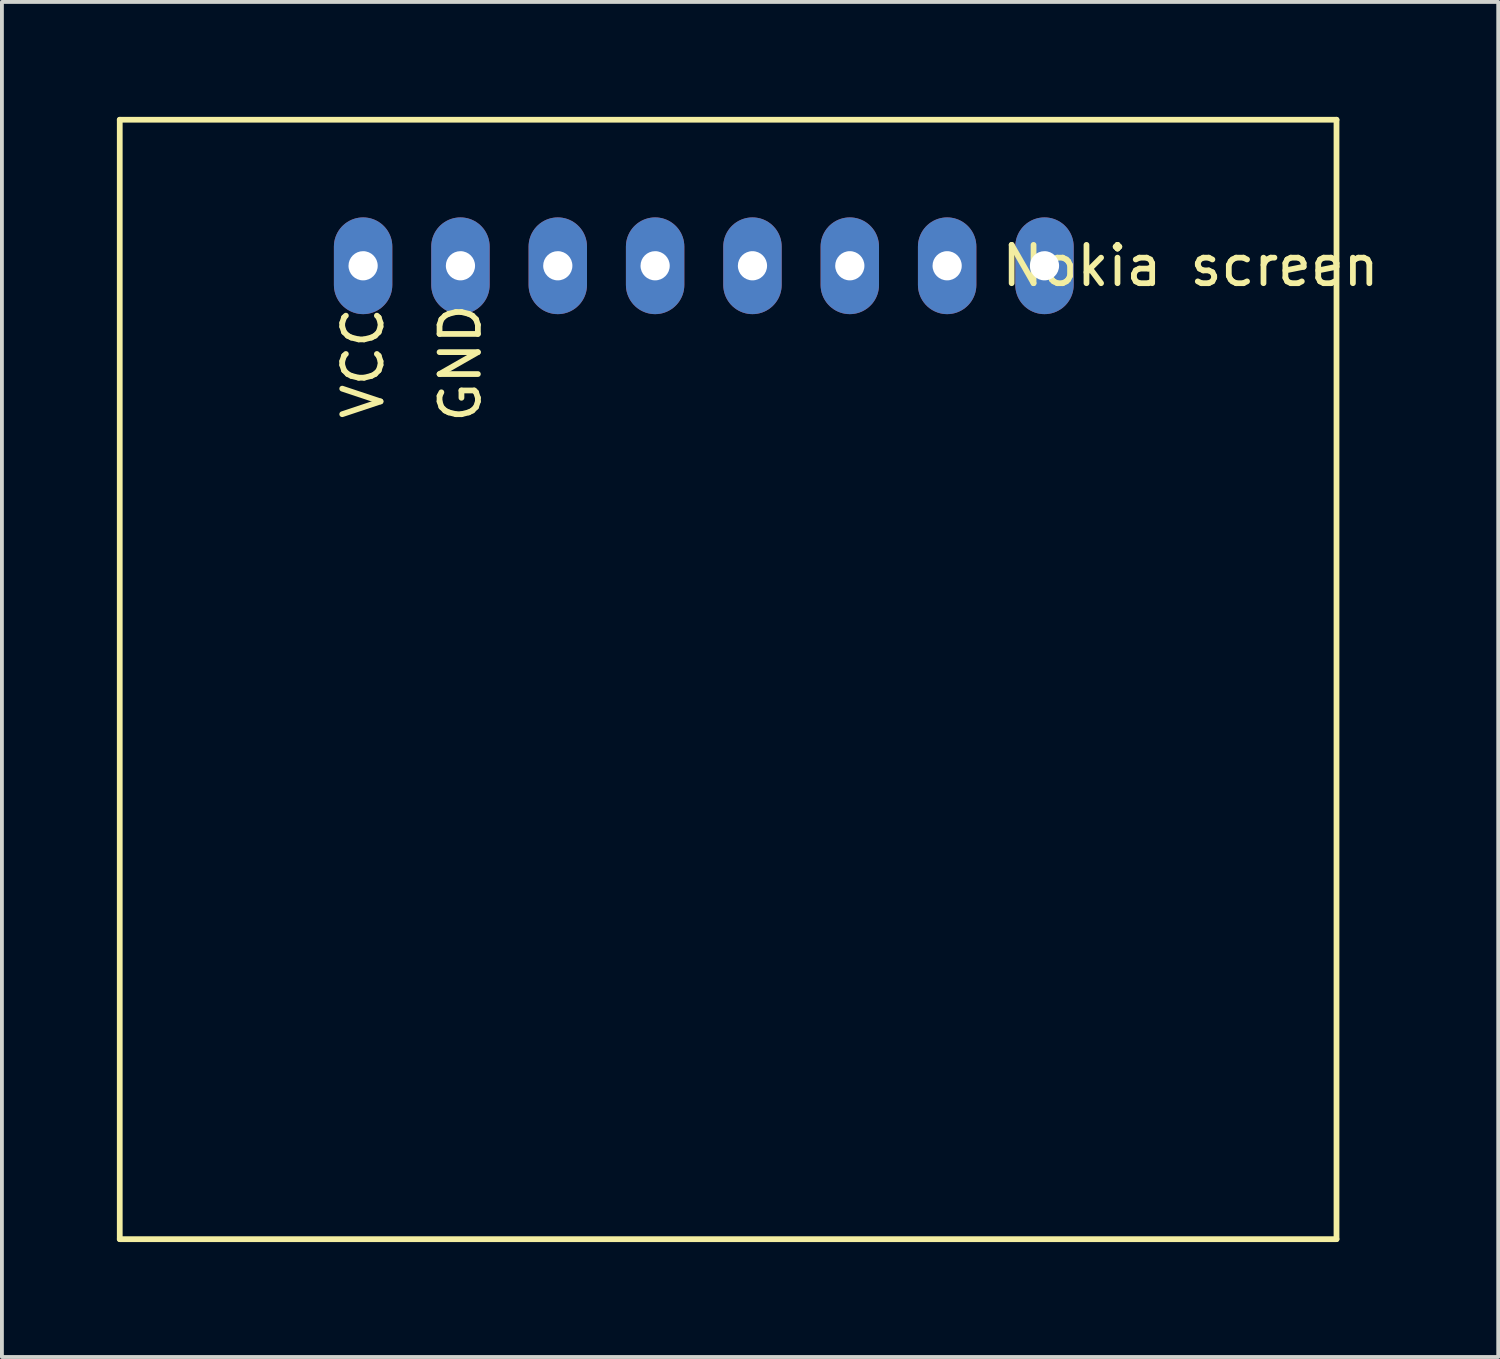
<source format=kicad_pcb>
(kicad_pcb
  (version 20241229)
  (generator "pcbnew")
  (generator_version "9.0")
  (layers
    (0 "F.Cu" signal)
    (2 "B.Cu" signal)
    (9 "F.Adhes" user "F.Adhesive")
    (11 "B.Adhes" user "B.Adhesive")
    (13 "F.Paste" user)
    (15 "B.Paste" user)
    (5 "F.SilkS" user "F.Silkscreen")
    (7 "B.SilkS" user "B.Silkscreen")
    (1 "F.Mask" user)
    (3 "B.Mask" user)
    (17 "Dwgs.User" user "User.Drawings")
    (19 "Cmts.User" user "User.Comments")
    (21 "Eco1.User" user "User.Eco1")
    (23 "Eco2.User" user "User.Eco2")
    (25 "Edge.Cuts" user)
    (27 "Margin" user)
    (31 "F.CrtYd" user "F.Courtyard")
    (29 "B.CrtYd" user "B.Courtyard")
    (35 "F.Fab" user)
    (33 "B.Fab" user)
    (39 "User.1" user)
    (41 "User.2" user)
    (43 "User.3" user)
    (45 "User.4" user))
  (footprint "Nokia screen"
    (layer "F.Cu")
    (at 11.505 8.965)
    (property "Reference" "Nokia screen" (at 16.51 -5.08 0) (layer "F.SilkS") (effects (font (size 1 1) (thickness 0.15))))
    (attr through_hole)
    (fp_line (start -11.43 -8.89) (end 20.32 -8.89) (stroke (width 0.15) (type solid)) (layer "F.SilkS"))
    (fp_line (start -11.43 20.32) (end -11.43 -8.89) (stroke (width 0.15) (type solid)) (layer "F.SilkS"))
    (fp_line (start 20.32 -8.89) (end 20.32 20.32) (stroke (width 0.15) (type solid)) (layer "F.SilkS"))
    (fp_line (start 20.32 20.32) (end -11.43 20.32) (stroke (width 0.15) (type solid)) (layer "F.SilkS"))
    (fp_text user "VCC" (at -5.08 -2.54 270) (layer "F.SilkS") (effects (font (size 1 1) (thickness 0.15))))
    (fp_text user "GND" (at -2.54 -2.54 270) (layer "F.SilkS") (effects (font (size 1 1) (thickness 0.15))))
    (pad "1" thru_hole oval (at -5.08 -5.08) (size 1.524 2.524) (drill 0.762) (layers "*.Cu" "*.Mask"))
    (pad "2" thru_hole oval (at -2.54 -5.08) (size 1.524 2.524) (drill 0.762) (layers "*.Cu" "*.Mask"))
    (pad "3" thru_hole oval (at 0 -5.08) (size 1.524 2.524) (drill 0.762) (layers "*.Cu" "*.Mask"))
    (pad "4" thru_hole oval (at 2.54 -5.08) (size 1.524 2.524) (drill 0.762) (layers "*.Cu" "*.Mask"))
    (pad "5" thru_hole oval (at 5.08 -5.08) (size 1.524 2.524) (drill 0.762) (layers "*.Cu" "*.Mask"))
    (pad "6" thru_hole oval (at 7.62 -5.08) (size 1.524 2.524) (drill 0.762) (layers "*.Cu" "*.Mask"))
    (pad "7" thru_hole oval (at 10.16 -5.08) (size 1.524 2.524) (drill 0.762) (layers "*.Cu" "*.Mask"))
    (pad "8" thru_hole oval (at 12.7 -5.08) (size 1.524 2.524) (drill 0.762) (layers "*.Cu" "*.Mask")))
  (gr_rect
    (start -3 -3)
    (end 36.045 32.36)
    (stroke (width 0.1) (type default))
    (fill no)
    (layer "Edge.Cuts")))
</source>
